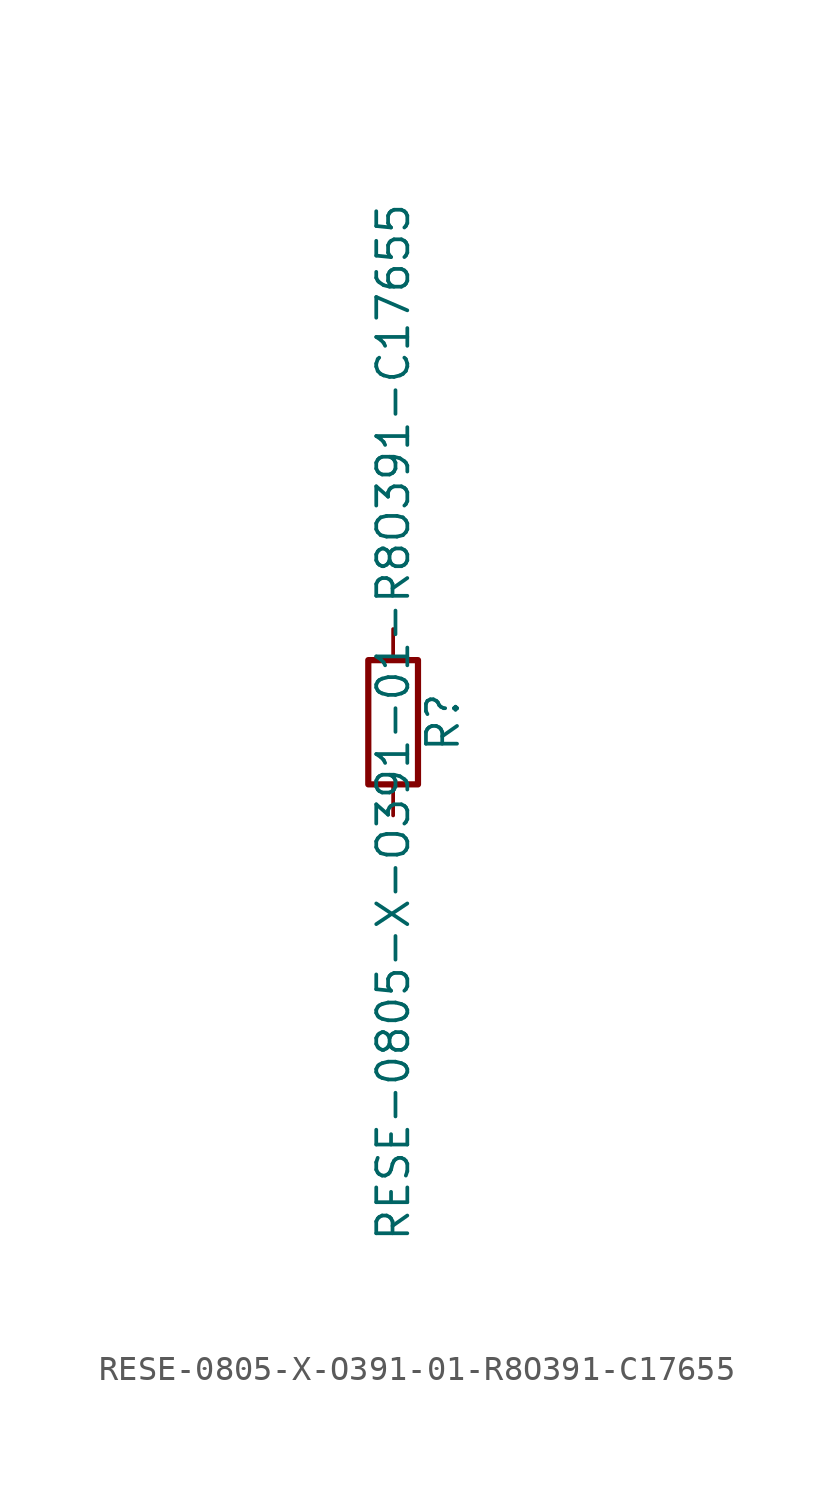
<source format=kicad_sym>
(kicad_symbol_lib
  (version 20211014)
  (generator kicad_symbol_editor)
  (symbol "RESE-0805-X-O391-01-R8O391-C17655"
    (pin_numbers hide)
    (pin_names
      (offset 0))
    (property "Reference" "R"
      (at 2.032 0 90)
      (effects (font (size 1.27 1.27))))
    (property "Value" "RESE-0805-X-O391-01-R8O391-C17655"
      (at 0 0 90)
      (effects (font (size 1.27 1.27))))
    (symbol "RESE-0805-X-O391-01-R8O391-C17655_0_1"
      (rectangle (start -1.016 -2.54) (end 1.016 2.54) (stroke (width 0.254) (type default) (color 0 0 0 0)) (fill (type none))))
    (symbol "RESE-0805-X-O391-01-R8O391-C17655_1_1"
      (pin passive line (at 0 3.81 270) (length 1.27) (name "~" (effects (font (size 1.27 1.27)))) (number "1" (effects (font (size 1.27 1.27)))))
      (pin passive line (at 0 -3.81 90) (length 1.27) (name "~" (effects (font (size 1.27 1.27)))) (number "2" (effects (font (size 1.27 1.27))))))))
</source>
